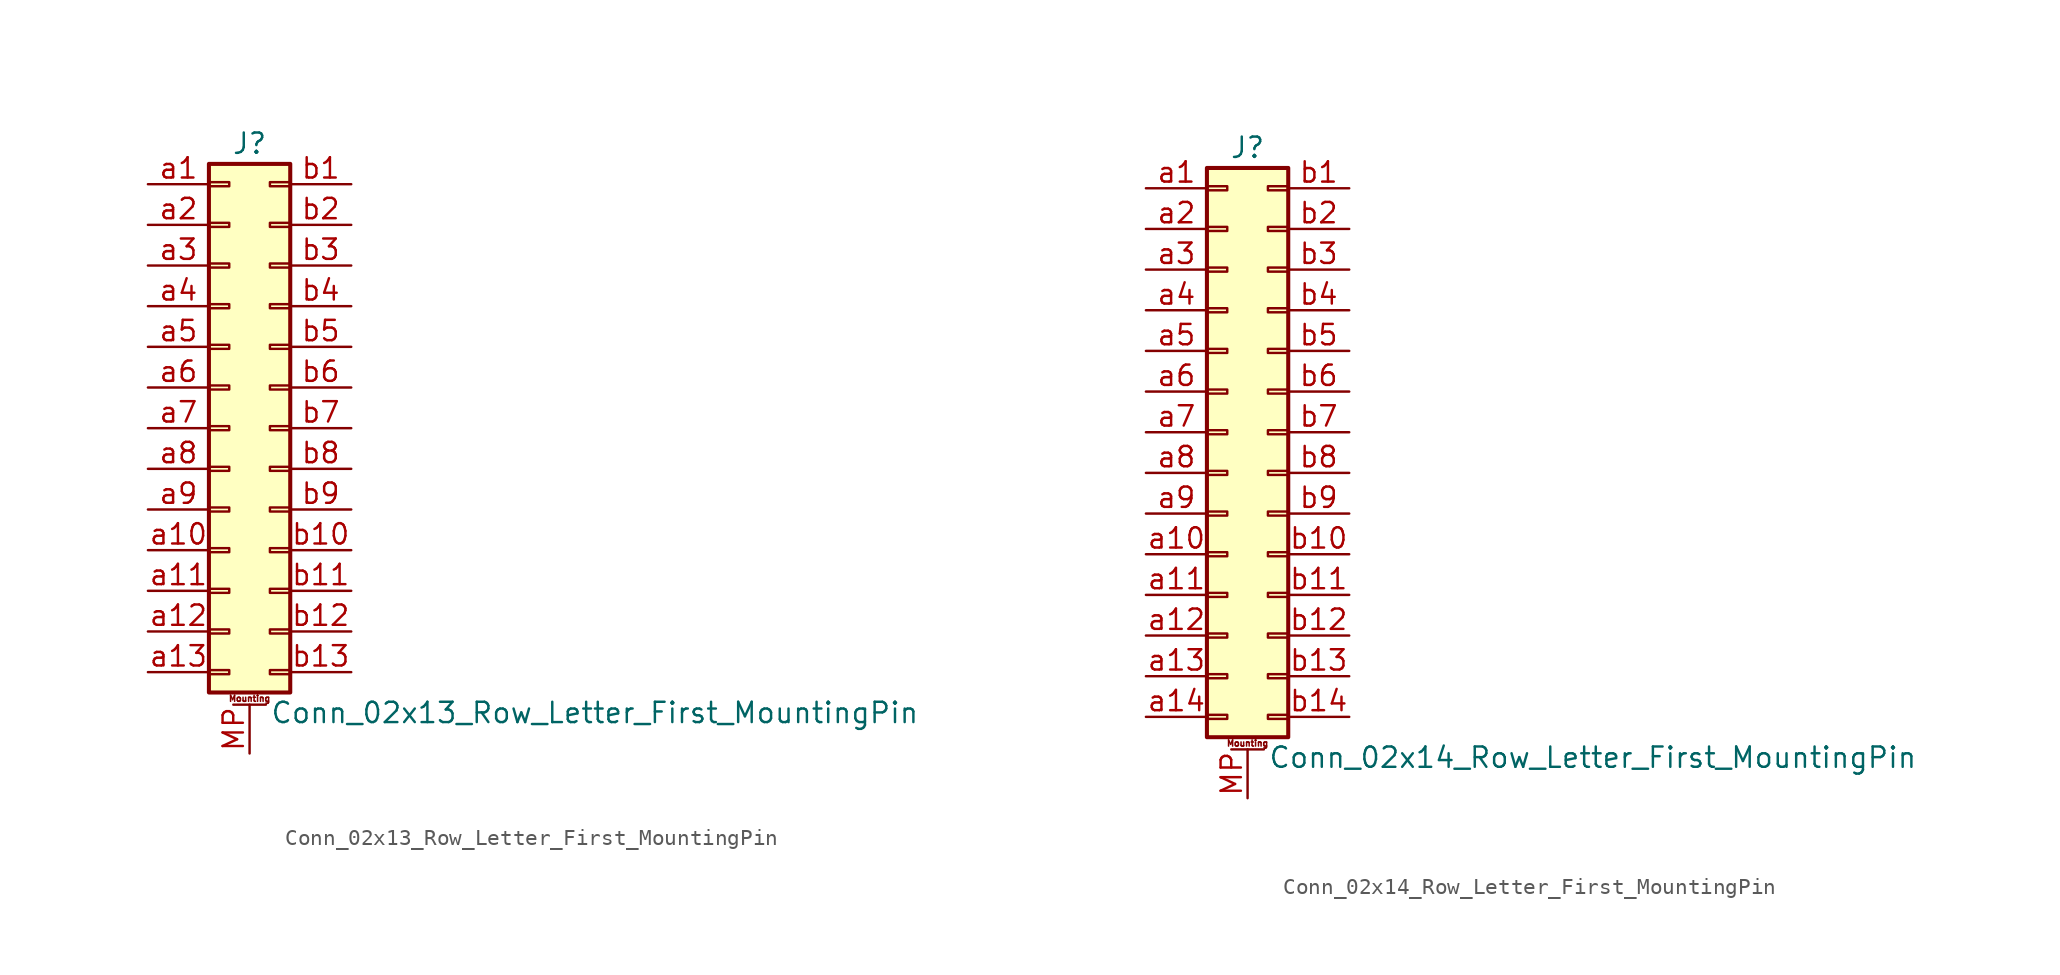
<source format=kicad_sym>
(kicad_symbol_lib
  (version 20220914)
  (generator kicad_symbol_editor)
  (symbol "Conn_02x13_Row_Letter_First_MountingPin"
    (pin_names
      (offset 1.016) hide)
    (property "Reference" "J"
      (at 1.27 17.78 0)
      (effects (font (size 1.27 1.27))))
    (property "Value" "Conn_02x13_Row_Letter_First_MountingPin"
      (at 2.54 -17.78 0)
      (effects (font (size 1.27 1.27)) (justify left)))
    (symbol "Conn_02x13_Row_Letter_First_MountingPin_1_1"
      (rectangle (start -1.27 -15.113) (end 0 -15.367) (stroke (width 0.152) (type default)) (fill (type none)))
      (rectangle (start -1.27 -12.573) (end 0 -12.827) (stroke (width 0.152) (type default)) (fill (type none)))
      (rectangle (start -1.27 -10.033) (end 0 -10.287) (stroke (width 0.152) (type default)) (fill (type none)))
      (rectangle (start -1.27 -7.493) (end 0 -7.747) (stroke (width 0.152) (type default)) (fill (type none)))
      (rectangle (start -1.27 -4.953) (end 0 -5.207) (stroke (width 0.152) (type default)) (fill (type none)))
      (rectangle (start -1.27 -2.413) (end 0 -2.667) (stroke (width 0.152) (type default)) (fill (type none)))
      (rectangle (start -1.27 0.127) (end 0 -0.127) (stroke (width 0.152) (type default)) (fill (type none)))
      (rectangle (start -1.27 2.667) (end 0 2.413) (stroke (width 0.152) (type default)) (fill (type none)))
      (rectangle (start -1.27 5.207) (end 0 4.953) (stroke (width 0.152) (type default)) (fill (type none)))
      (rectangle (start -1.27 7.747) (end 0 7.493) (stroke (width 0.152) (type default)) (fill (type none)))
      (rectangle (start -1.27 10.287) (end 0 10.033) (stroke (width 0.152) (type default)) (fill (type none)))
      (rectangle (start -1.27 12.827) (end 0 12.573) (stroke (width 0.152) (type default)) (fill (type none)))
      (rectangle (start -1.27 15.367) (end 0 15.113) (stroke (width 0.152) (type default)) (fill (type none)))
      (rectangle (start -1.27 16.51) (end 3.81 -16.51) (stroke (width 0.254) (type default)) (fill (type background)))
      (polyline (pts (xy 0.254 -17.272) (xy 2.286 -17.272)) (stroke (width 0.152) (type default)) (fill (type none)))
      (rectangle (start 3.81 -15.113) (end 2.54 -15.367) (stroke (width 0.152) (type default)) (fill (type none)))
      (rectangle (start 3.81 -12.573) (end 2.54 -12.827) (stroke (width 0.152) (type default)) (fill (type none)))
      (rectangle (start 3.81 -10.033) (end 2.54 -10.287) (stroke (width 0.152) (type default)) (fill (type none)))
      (rectangle (start 3.81 -7.493) (end 2.54 -7.747) (stroke (width 0.152) (type default)) (fill (type none)))
      (rectangle (start 3.81 -4.953) (end 2.54 -5.207) (stroke (width 0.152) (type default)) (fill (type none)))
      (rectangle (start 3.81 -2.413) (end 2.54 -2.667) (stroke (width 0.152) (type default)) (fill (type none)))
      (rectangle (start 3.81 0.127) (end 2.54 -0.127) (stroke (width 0.152) (type default)) (fill (type none)))
      (rectangle (start 3.81 2.667) (end 2.54 2.413) (stroke (width 0.152) (type default)) (fill (type none)))
      (rectangle (start 3.81 5.207) (end 2.54 4.953) (stroke (width 0.152) (type default)) (fill (type none)))
      (rectangle (start 3.81 7.747) (end 2.54 7.493) (stroke (width 0.152) (type default)) (fill (type none)))
      (rectangle (start 3.81 10.287) (end 2.54 10.033) (stroke (width 0.152) (type default)) (fill (type none)))
      (rectangle (start 3.81 12.827) (end 2.54 12.573) (stroke (width 0.152) (type default)) (fill (type none)))
      (rectangle (start 3.81 15.367) (end 2.54 15.113) (stroke (width 0.152) (type default)) (fill (type none)))
      (text "Mounting" (at 1.27 -16.891 0) (effects (font (size 0.381 0.381))))
      (pin passive line (at 1.27 -20.32 90) (length 3.048) (name "MountPin" (effects (font (size 1.27 1.27)))) (number "MP" (effects (font (size 1.27 1.27)))))
      (pin passive line (at -5.08 15.24 0) (length 3.81) (name "Pin_a1" (effects (font (size 1.27 1.27)))) (number "a1" (effects (font (size 1.27 1.27)))))
      (pin passive line (at -5.08 -7.62 0) (length 3.81) (name "Pin_a10" (effects (font (size 1.27 1.27)))) (number "a10" (effects (font (size 1.27 1.27)))))
      (pin passive line (at -5.08 -10.16 0) (length 3.81) (name "Pin_a11" (effects (font (size 1.27 1.27)))) (number "a11" (effects (font (size 1.27 1.27)))))
      (pin passive line (at -5.08 -12.7 0) (length 3.81) (name "Pin_a12" (effects (font (size 1.27 1.27)))) (number "a12" (effects (font (size 1.27 1.27)))))
      (pin passive line (at -5.08 -15.24 0) (length 3.81) (name "Pin_a13" (effects (font (size 1.27 1.27)))) (number "a13" (effects (font (size 1.27 1.27)))))
      (pin passive line (at -5.08 12.7 0) (length 3.81) (name "Pin_a2" (effects (font (size 1.27 1.27)))) (number "a2" (effects (font (size 1.27 1.27)))))
      (pin passive line (at -5.08 10.16 0) (length 3.81) (name "Pin_a3" (effects (font (size 1.27 1.27)))) (number "a3" (effects (font (size 1.27 1.27)))))
      (pin passive line (at -5.08 7.62 0) (length 3.81) (name "Pin_a4" (effects (font (size 1.27 1.27)))) (number "a4" (effects (font (size 1.27 1.27)))))
      (pin passive line (at -5.08 5.08 0) (length 3.81) (name "Pin_a5" (effects (font (size 1.27 1.27)))) (number "a5" (effects (font (size 1.27 1.27)))))
      (pin passive line (at -5.08 2.54 0) (length 3.81) (name "Pin_a6" (effects (font (size 1.27 1.27)))) (number "a6" (effects (font (size 1.27 1.27)))))
      (pin passive line (at -5.08 0 0) (length 3.81) (name "Pin_a7" (effects (font (size 1.27 1.27)))) (number "a7" (effects (font (size 1.27 1.27)))))
      (pin passive line (at -5.08 -2.54 0) (length 3.81) (name "Pin_a8" (effects (font (size 1.27 1.27)))) (number "a8" (effects (font (size 1.27 1.27)))))
      (pin passive line (at -5.08 -5.08 0) (length 3.81) (name "Pin_a9" (effects (font (size 1.27 1.27)))) (number "a9" (effects (font (size 1.27 1.27)))))
      (pin passive line (at 7.62 15.24 180) (length 3.81) (name "Pin_b1" (effects (font (size 1.27 1.27)))) (number "b1" (effects (font (size 1.27 1.27)))))
      (pin passive line (at 7.62 -7.62 180) (length 3.81) (name "Pin_b10" (effects (font (size 1.27 1.27)))) (number "b10" (effects (font (size 1.27 1.27)))))
      (pin passive line (at 7.62 -10.16 180) (length 3.81) (name "Pin_b11" (effects (font (size 1.27 1.27)))) (number "b11" (effects (font (size 1.27 1.27)))))
      (pin passive line (at 7.62 -12.7 180) (length 3.81) (name "Pin_b12" (effects (font (size 1.27 1.27)))) (number "b12" (effects (font (size 1.27 1.27)))))
      (pin passive line (at 7.62 -15.24 180) (length 3.81) (name "Pin_b13" (effects (font (size 1.27 1.27)))) (number "b13" (effects (font (size 1.27 1.27)))))
      (pin passive line (at 7.62 12.7 180) (length 3.81) (name "Pin_b2" (effects (font (size 1.27 1.27)))) (number "b2" (effects (font (size 1.27 1.27)))))
      (pin passive line (at 7.62 10.16 180) (length 3.81) (name "Pin_b3" (effects (font (size 1.27 1.27)))) (number "b3" (effects (font (size 1.27 1.27)))))
      (pin passive line (at 7.62 7.62 180) (length 3.81) (name "Pin_b4" (effects (font (size 1.27 1.27)))) (number "b4" (effects (font (size 1.27 1.27)))))
      (pin passive line (at 7.62 5.08 180) (length 3.81) (name "Pin_b5" (effects (font (size 1.27 1.27)))) (number "b5" (effects (font (size 1.27 1.27)))))
      (pin passive line (at 7.62 2.54 180) (length 3.81) (name "Pin_b6" (effects (font (size 1.27 1.27)))) (number "b6" (effects (font (size 1.27 1.27)))))
      (pin passive line (at 7.62 0 180) (length 3.81) (name "Pin_b7" (effects (font (size 1.27 1.27)))) (number "b7" (effects (font (size 1.27 1.27)))))
      (pin passive line (at 7.62 -2.54 180) (length 3.81) (name "Pin_b8" (effects (font (size 1.27 1.27)))) (number "b8" (effects (font (size 1.27 1.27)))))
      (pin passive line (at 7.62 -5.08 180) (length 3.81) (name "Pin_b9" (effects (font (size 1.27 1.27)))) (number "b9" (effects (font (size 1.27 1.27)))))))
  (symbol "Conn_02x14_Row_Letter_First_MountingPin"
    (pin_names
      (offset 1.016) hide)
    (property "Reference" "J"
      (at 1.27 17.78 0)
      (effects (font (size 1.27 1.27))))
    (property "Value" "Conn_02x14_Row_Letter_First_MountingPin"
      (at 2.54 -20.32 0)
      (effects (font (size 1.27 1.27)) (justify left)))
    (symbol "Conn_02x14_Row_Letter_First_MountingPin_1_1"
      (rectangle (start -1.27 -17.653) (end 0 -17.907) (stroke (width 0.152) (type default)) (fill (type none)))
      (rectangle (start -1.27 -15.113) (end 0 -15.367) (stroke (width 0.152) (type default)) (fill (type none)))
      (rectangle (start -1.27 -12.573) (end 0 -12.827) (stroke (width 0.152) (type default)) (fill (type none)))
      (rectangle (start -1.27 -10.033) (end 0 -10.287) (stroke (width 0.152) (type default)) (fill (type none)))
      (rectangle (start -1.27 -7.493) (end 0 -7.747) (stroke (width 0.152) (type default)) (fill (type none)))
      (rectangle (start -1.27 -4.953) (end 0 -5.207) (stroke (width 0.152) (type default)) (fill (type none)))
      (rectangle (start -1.27 -2.413) (end 0 -2.667) (stroke (width 0.152) (type default)) (fill (type none)))
      (rectangle (start -1.27 0.127) (end 0 -0.127) (stroke (width 0.152) (type default)) (fill (type none)))
      (rectangle (start -1.27 2.667) (end 0 2.413) (stroke (width 0.152) (type default)) (fill (type none)))
      (rectangle (start -1.27 5.207) (end 0 4.953) (stroke (width 0.152) (type default)) (fill (type none)))
      (rectangle (start -1.27 7.747) (end 0 7.493) (stroke (width 0.152) (type default)) (fill (type none)))
      (rectangle (start -1.27 10.287) (end 0 10.033) (stroke (width 0.152) (type default)) (fill (type none)))
      (rectangle (start -1.27 12.827) (end 0 12.573) (stroke (width 0.152) (type default)) (fill (type none)))
      (rectangle (start -1.27 15.367) (end 0 15.113) (stroke (width 0.152) (type default)) (fill (type none)))
      (rectangle (start -1.27 16.51) (end 3.81 -19.05) (stroke (width 0.254) (type default)) (fill (type background)))
      (polyline (pts (xy 0.254 -19.812) (xy 2.286 -19.812)) (stroke (width 0.152) (type default)) (fill (type none)))
      (rectangle (start 3.81 -17.653) (end 2.54 -17.907) (stroke (width 0.152) (type default)) (fill (type none)))
      (rectangle (start 3.81 -15.113) (end 2.54 -15.367) (stroke (width 0.152) (type default)) (fill (type none)))
      (rectangle (start 3.81 -12.573) (end 2.54 -12.827) (stroke (width 0.152) (type default)) (fill (type none)))
      (rectangle (start 3.81 -10.033) (end 2.54 -10.287) (stroke (width 0.152) (type default)) (fill (type none)))
      (rectangle (start 3.81 -7.493) (end 2.54 -7.747) (stroke (width 0.152) (type default)) (fill (type none)))
      (rectangle (start 3.81 -4.953) (end 2.54 -5.207) (stroke (width 0.152) (type default)) (fill (type none)))
      (rectangle (start 3.81 -2.413) (end 2.54 -2.667) (stroke (width 0.152) (type default)) (fill (type none)))
      (rectangle (start 3.81 0.127) (end 2.54 -0.127) (stroke (width 0.152) (type default)) (fill (type none)))
      (rectangle (start 3.81 2.667) (end 2.54 2.413) (stroke (width 0.152) (type default)) (fill (type none)))
      (rectangle (start 3.81 5.207) (end 2.54 4.953) (stroke (width 0.152) (type default)) (fill (type none)))
      (rectangle (start 3.81 7.747) (end 2.54 7.493) (stroke (width 0.152) (type default)) (fill (type none)))
      (rectangle (start 3.81 10.287) (end 2.54 10.033) (stroke (width 0.152) (type default)) (fill (type none)))
      (rectangle (start 3.81 12.827) (end 2.54 12.573) (stroke (width 0.152) (type default)) (fill (type none)))
      (rectangle (start 3.81 15.367) (end 2.54 15.113) (stroke (width 0.152) (type default)) (fill (type none)))
      (text "Mounting" (at 1.27 -19.431 0) (effects (font (size 0.381 0.381))))
      (pin passive line (at 1.27 -22.86 90) (length 3.048) (name "MountPin" (effects (font (size 1.27 1.27)))) (number "MP" (effects (font (size 1.27 1.27)))))
      (pin passive line (at -5.08 15.24 0) (length 3.81) (name "Pin_a1" (effects (font (size 1.27 1.27)))) (number "a1" (effects (font (size 1.27 1.27)))))
      (pin passive line (at -5.08 -7.62 0) (length 3.81) (name "Pin_a10" (effects (font (size 1.27 1.27)))) (number "a10" (effects (font (size 1.27 1.27)))))
      (pin passive line (at -5.08 -10.16 0) (length 3.81) (name "Pin_a11" (effects (font (size 1.27 1.27)))) (number "a11" (effects (font (size 1.27 1.27)))))
      (pin passive line (at -5.08 -12.7 0) (length 3.81) (name "Pin_a12" (effects (font (size 1.27 1.27)))) (number "a12" (effects (font (size 1.27 1.27)))))
      (pin passive line (at -5.08 -15.24 0) (length 3.81) (name "Pin_a13" (effects (font (size 1.27 1.27)))) (number "a13" (effects (font (size 1.27 1.27)))))
      (pin passive line (at -5.08 -17.78 0) (length 3.81) (name "Pin_a14" (effects (font (size 1.27 1.27)))) (number "a14" (effects (font (size 1.27 1.27)))))
      (pin passive line (at -5.08 12.7 0) (length 3.81) (name "Pin_a2" (effects (font (size 1.27 1.27)))) (number "a2" (effects (font (size 1.27 1.27)))))
      (pin passive line (at -5.08 10.16 0) (length 3.81) (name "Pin_a3" (effects (font (size 1.27 1.27)))) (number "a3" (effects (font (size 1.27 1.27)))))
      (pin passive line (at -5.08 7.62 0) (length 3.81) (name "Pin_a4" (effects (font (size 1.27 1.27)))) (number "a4" (effects (font (size 1.27 1.27)))))
      (pin passive line (at -5.08 5.08 0) (length 3.81) (name "Pin_a5" (effects (font (size 1.27 1.27)))) (number "a5" (effects (font (size 1.27 1.27)))))
      (pin passive line (at -5.08 2.54 0) (length 3.81) (name "Pin_a6" (effects (font (size 1.27 1.27)))) (number "a6" (effects (font (size 1.27 1.27)))))
      (pin passive line (at -5.08 0 0) (length 3.81) (name "Pin_a7" (effects (font (size 1.27 1.27)))) (number "a7" (effects (font (size 1.27 1.27)))))
      (pin passive line (at -5.08 -2.54 0) (length 3.81) (name "Pin_a8" (effects (font (size 1.27 1.27)))) (number "a8" (effects (font (size 1.27 1.27)))))
      (pin passive line (at -5.08 -5.08 0) (length 3.81) (name "Pin_a9" (effects (font (size 1.27 1.27)))) (number "a9" (effects (font (size 1.27 1.27)))))
      (pin passive line (at 7.62 15.24 180) (length 3.81) (name "Pin_b1" (effects (font (size 1.27 1.27)))) (number "b1" (effects (font (size 1.27 1.27)))))
      (pin passive line (at 7.62 -7.62 180) (length 3.81) (name "Pin_b10" (effects (font (size 1.27 1.27)))) (number "b10" (effects (font (size 1.27 1.27)))))
      (pin passive line (at 7.62 -10.16 180) (length 3.81) (name "Pin_b11" (effects (font (size 1.27 1.27)))) (number "b11" (effects (font (size 1.27 1.27)))))
      (pin passive line (at 7.62 -12.7 180) (length 3.81) (name "Pin_b12" (effects (font (size 1.27 1.27)))) (number "b12" (effects (font (size 1.27 1.27)))))
      (pin passive line (at 7.62 -15.24 180) (length 3.81) (name "Pin_b13" (effects (font (size 1.27 1.27)))) (number "b13" (effects (font (size 1.27 1.27)))))
      (pin passive line (at 7.62 -17.78 180) (length 3.81) (name "Pin_b14" (effects (font (size 1.27 1.27)))) (number "b14" (effects (font (size 1.27 1.27)))))
      (pin passive line (at 7.62 12.7 180) (length 3.81) (name "Pin_b2" (effects (font (size 1.27 1.27)))) (number "b2" (effects (font (size 1.27 1.27)))))
      (pin passive line (at 7.62 10.16 180) (length 3.81) (name "Pin_b3" (effects (font (size 1.27 1.27)))) (number "b3" (effects (font (size 1.27 1.27)))))
      (pin passive line (at 7.62 7.62 180) (length 3.81) (name "Pin_b4" (effects (font (size 1.27 1.27)))) (number "b4" (effects (font (size 1.27 1.27)))))
      (pin passive line (at 7.62 5.08 180) (length 3.81) (name "Pin_b5" (effects (font (size 1.27 1.27)))) (number "b5" (effects (font (size 1.27 1.27)))))
      (pin passive line (at 7.62 2.54 180) (length 3.81) (name "Pin_b6" (effects (font (size 1.27 1.27)))) (number "b6" (effects (font (size 1.27 1.27)))))
      (pin passive line (at 7.62 0 180) (length 3.81) (name "Pin_b7" (effects (font (size 1.27 1.27)))) (number "b7" (effects (font (size 1.27 1.27)))))
      (pin passive line (at 7.62 -2.54 180) (length 3.81) (name "Pin_b8" (effects (font (size 1.27 1.27)))) (number "b8" (effects (font (size 1.27 1.27)))))
      (pin passive line (at 7.62 -5.08 180) (length 3.81) (name "Pin_b9" (effects (font (size 1.27 1.27)))) (number "b9" (effects (font (size 1.27 1.27))))))))
</source>
